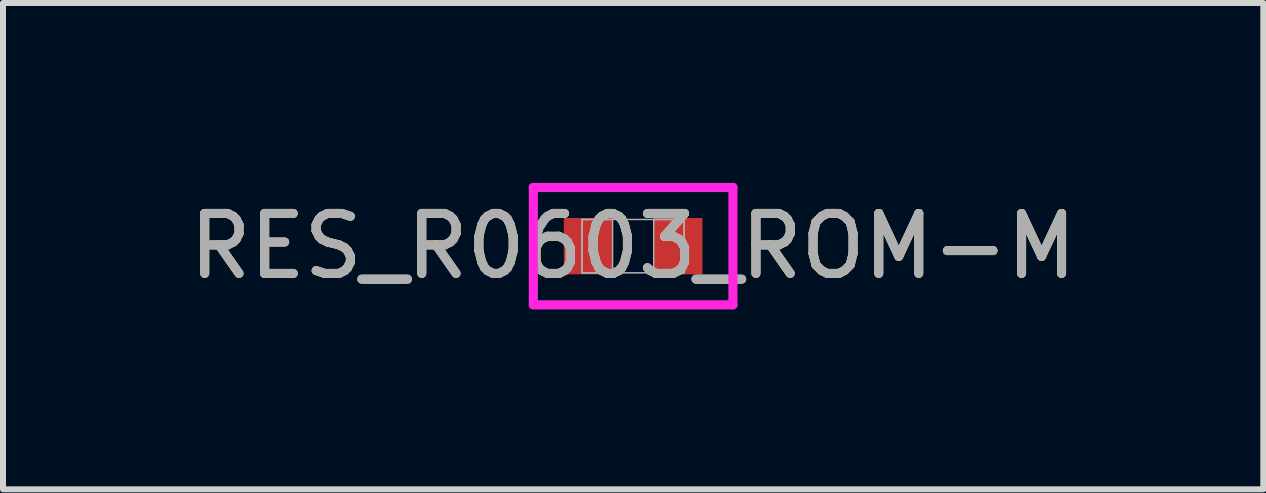
<source format=kicad_pcb>
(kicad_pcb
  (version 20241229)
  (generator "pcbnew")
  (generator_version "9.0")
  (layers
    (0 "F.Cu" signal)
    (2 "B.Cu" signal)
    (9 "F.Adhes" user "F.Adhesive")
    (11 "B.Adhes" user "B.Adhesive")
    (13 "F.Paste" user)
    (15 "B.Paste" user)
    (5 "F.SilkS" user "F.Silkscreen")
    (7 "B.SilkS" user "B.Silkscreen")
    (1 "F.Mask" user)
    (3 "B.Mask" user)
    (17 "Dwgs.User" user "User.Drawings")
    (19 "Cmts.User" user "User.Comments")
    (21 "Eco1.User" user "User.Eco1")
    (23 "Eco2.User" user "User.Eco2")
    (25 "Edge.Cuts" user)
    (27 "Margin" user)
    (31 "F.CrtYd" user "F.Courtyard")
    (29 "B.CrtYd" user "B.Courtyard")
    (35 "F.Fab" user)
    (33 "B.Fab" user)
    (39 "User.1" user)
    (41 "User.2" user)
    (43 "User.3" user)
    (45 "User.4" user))
  (footprint "RES_R0603_ROM-M"
    (layer "F.Cu")
    (at 7.506 1.054)
    (property "Reference" "RES_R0603_ROM-M" (at 0 0 0) (unlocked yes) (layer "F.SilkS") (effects (font (size 1 1) (thickness 0.15))))
    (attr smd)
    (fp_line (start -1.664 -0.978) (end 1.664 -0.978) (stroke (width 0.152) (type solid)) (layer "F.CrtYd"))
    (fp_line (start -1.664 0.978) (end -1.664 -0.978) (stroke (width 0.152) (type solid)) (layer "F.CrtYd"))
    (fp_line (start 1.664 -0.978) (end 1.664 0.978) (stroke (width 0.152) (type solid)) (layer "F.CrtYd"))
    (fp_line (start 1.664 0.978) (end -1.664 0.978) (stroke (width 0.152) (type solid)) (layer "F.CrtYd"))
    (fp_line (start -0.851 -0.445) (end -0.851 0.445) (stroke (width 0.025) (type solid)) (layer "F.Fab"))
    (fp_line (start -0.851 -0.445) (end -0.851 0.445) (stroke (width 0.025) (type solid)) (layer "F.Fab"))
    (fp_line (start -0.851 0.445) (end -0.343 0.445) (stroke (width 0.025) (type solid)) (layer "F.Fab"))
    (fp_line (start -0.851 0.445) (end 0.851 0.445) (stroke (width 0.025) (type solid)) (layer "F.Fab"))
    (fp_line (start -0.343 -0.445) (end -0.851 -0.445) (stroke (width 0.025) (type solid)) (layer "F.Fab"))
    (fp_line (start -0.343 0.445) (end -0.343 -0.445) (stroke (width 0.025) (type solid)) (layer "F.Fab"))
    (fp_line (start 0.343 -0.445) (end 0.343 0.445) (stroke (width 0.025) (type solid)) (layer "F.Fab"))
    (fp_line (start 0.343 0.445) (end 0.851 0.445) (stroke (width 0.025) (type solid)) (layer "F.Fab"))
    (fp_line (start 0.851 -0.445) (end -0.851 -0.445) (stroke (width 0.025) (type solid)) (layer "F.Fab"))
    (fp_line (start 0.851 -0.445) (end 0.343 -0.445) (stroke (width 0.025) (type solid)) (layer "F.Fab"))
    (fp_line (start 0.851 0.445) (end 0.851 -0.445) (stroke (width 0.025) (type solid)) (layer "F.Fab"))
    (fp_line (start 0.851 0.445) (end 0.851 -0.445) (stroke (width 0.025) (type solid)) (layer "F.Fab"))
    (fp_text user "${REFERENCE}" (at 0 0 0) (unlocked yes) (layer "F.Fab") (effects (font (size 1 1) (thickness 0.15))))
    (pad "1" smd rect (at -0.749 0) (size 0.813 0.94) (layers "F.Cu" "F.Mask" "F.Paste"))
    (pad "2" smd rect (at 0.749 0) (size 0.813 0.94) (layers "F.Cu" "F.Mask" "F.Paste"))
    (zone (net_name "") (layer "F.Cu") (hatch full 0.508) (connect_pads) (min_thickness 0.254) (filled_areas_thickness no) (keepout (tracks not_allowed) (vias not_allowed) (pads allowed) (copperpour not_allowed) (footprints allowed)) (placement (enabled no)) (fill) (polygon (pts (xy 7.214 0.66) (xy 7.798 0.66) (xy 7.798 1.448) (xy 7.214 1.448)))))
  (gr_rect
    (start -3 -3)
    (end 18.012 5.108)
    (stroke (width 0.1) (type default))
    (fill no)
    (layer "Edge.Cuts")))
</source>
